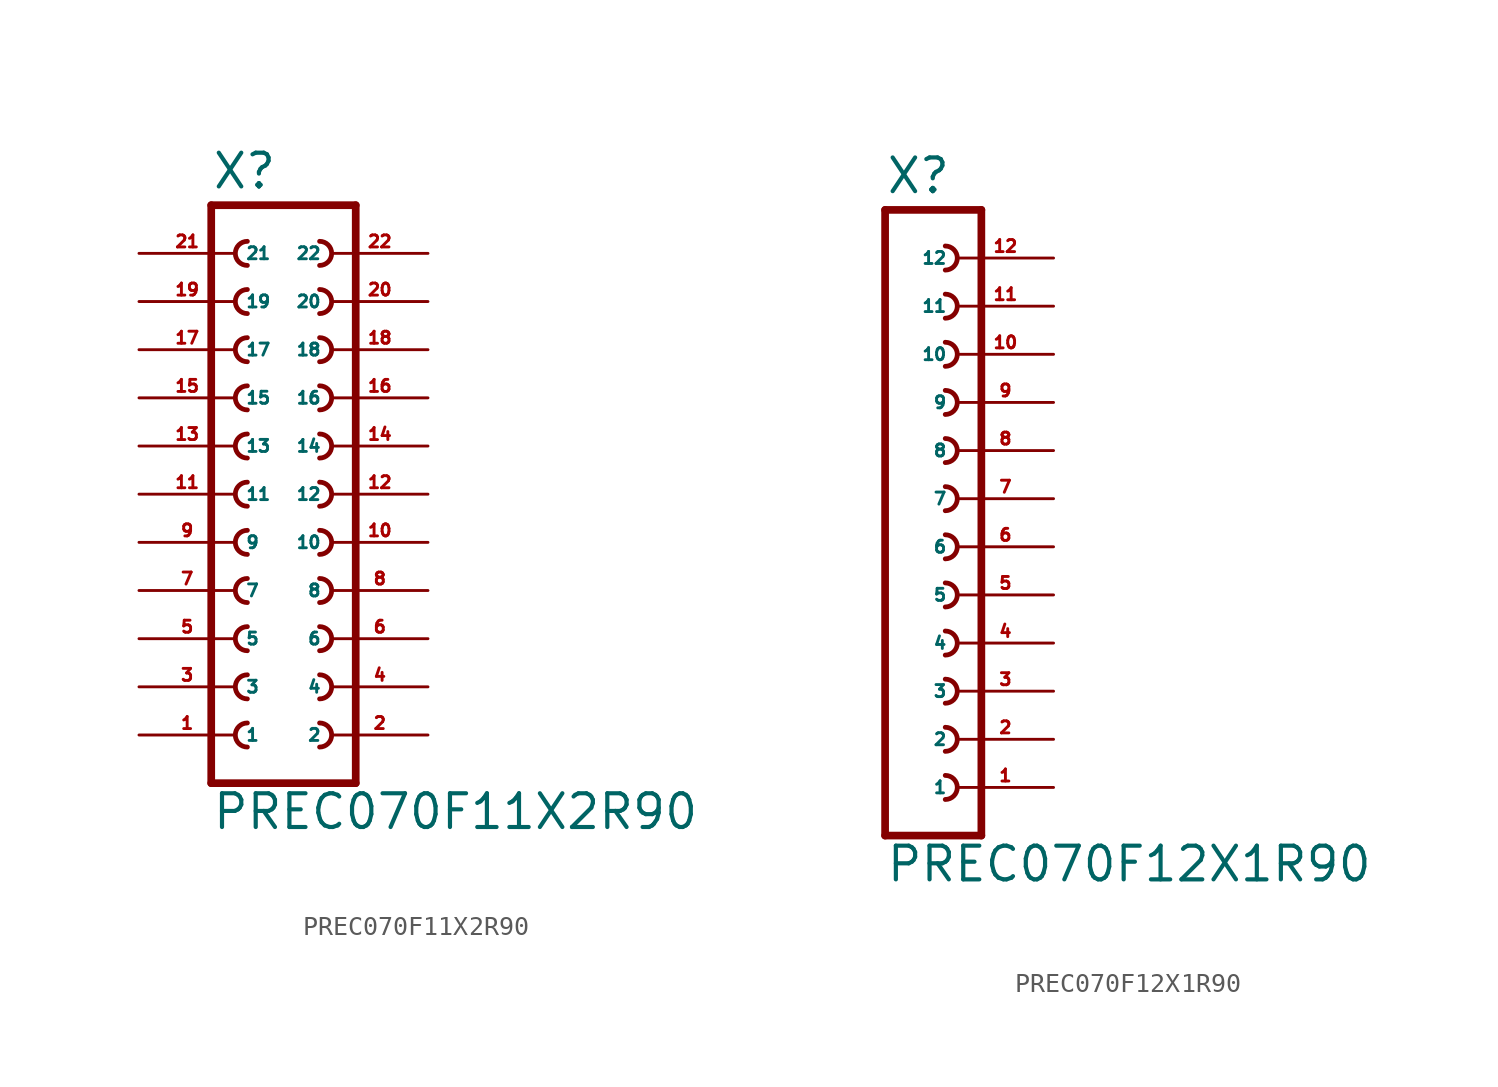
<source format=kicad_sym>
(kicad_symbol_lib
  (version 20220914)
  (generator Eagle2Kicad)
  (symbol "PREC070F11X2R90"
    (property "Reference" "X"
      (at -3.81 16.002 0)
      (effects (font (size 1.778 1.778) (thickness 0.22)) (justify left bottom)))
    (property "Value" "PREC070F11X2R90"
      (at -3.81 -17.78 0)
      (effects (font (size 1.778 1.778) (thickness 0.22)) (justify left bottom)))
    (polyline
      (pts (xy 3.81 -15.24) (xy -3.81 -15.24))
      (stroke (width 0.406) (type default))
      (fill (type none)))
    (arc
      (start -1.905 -9.525)
      (mid -2.540 -10.160)
      (end -1.905 -10.795)
      (stroke (width 0.254) (type default))
      (fill (type none)))
    (arc
      (start -1.905 -12.065)
      (mid -2.540 -12.700)
      (end -1.905 -13.335)
      (stroke (width 0.254) (type default))
      (fill (type none)))
    (arc
      (start 1.905 -10.795)
      (mid 2.540 -10.160)
      (end 1.905 -9.525)
      (stroke (width 0.254) (type default))
      (fill (type none)))
    (arc
      (start 1.905 -13.335)
      (mid 2.540 -12.700)
      (end 1.905 -12.065)
      (stroke (width 0.254) (type default))
      (fill (type none)))
    (arc
      (start -1.905 -4.445)
      (mid -2.540 -5.080)
      (end -1.905 -5.715)
      (stroke (width 0.254) (type default))
      (fill (type none)))
    (arc
      (start -1.905 -6.985)
      (mid -2.540 -7.620)
      (end -1.905 -8.255)
      (stroke (width 0.254) (type default))
      (fill (type none)))
    (arc
      (start 1.905 -5.715)
      (mid 2.540 -5.080)
      (end 1.905 -4.445)
      (stroke (width 0.254) (type default))
      (fill (type none)))
    (arc
      (start 1.905 -8.255)
      (mid 2.540 -7.620)
      (end 1.905 -6.985)
      (stroke (width 0.254) (type default))
      (fill (type none)))
    (arc
      (start -1.905 3.175)
      (mid -2.540 2.540)
      (end -1.905 1.905)
      (stroke (width 0.254) (type default))
      (fill (type none)))
    (arc
      (start -1.905 0.635)
      (mid -2.540 0.000)
      (end -1.905 -0.635)
      (stroke (width 0.254) (type default))
      (fill (type none)))
    (arc
      (start -1.905 -1.905)
      (mid -2.540 -2.540)
      (end -1.905 -3.175)
      (stroke (width 0.254) (type default))
      (fill (type none)))
    (arc
      (start 1.905 1.905)
      (mid 2.540 2.540)
      (end 1.905 3.175)
      (stroke (width 0.254) (type default))
      (fill (type none)))
    (arc
      (start 1.905 -0.635)
      (mid 2.540 0.000)
      (end 1.905 0.635)
      (stroke (width 0.254) (type default))
      (fill (type none)))
    (arc
      (start 1.905 -3.175)
      (mid 2.540 -2.540)
      (end 1.905 -1.905)
      (stroke (width 0.254) (type default))
      (fill (type none)))
    (arc
      (start -1.905 8.255)
      (mid -2.540 7.620)
      (end -1.905 6.985)
      (stroke (width 0.254) (type default))
      (fill (type none)))
    (arc
      (start -1.905 5.715)
      (mid -2.540 5.080)
      (end -1.905 4.445)
      (stroke (width 0.254) (type default))
      (fill (type none)))
    (arc
      (start 1.905 6.985)
      (mid 2.540 7.620)
      (end 1.905 8.255)
      (stroke (width 0.254) (type default))
      (fill (type none)))
    (arc
      (start 1.905 4.445)
      (mid 2.540 5.080)
      (end 1.905 5.715)
      (stroke (width 0.254) (type default))
      (fill (type none)))
    (arc
      (start -1.905 13.335)
      (mid -2.540 12.700)
      (end -1.905 12.065)
      (stroke (width 0.254) (type default))
      (fill (type none)))
    (arc
      (start -1.905 10.795)
      (mid -2.540 10.160)
      (end -1.905 9.525)
      (stroke (width 0.254) (type default))
      (fill (type none)))
    (arc
      (start 1.905 12.065)
      (mid 2.540 12.700)
      (end 1.905 13.335)
      (stroke (width 0.254) (type default))
      (fill (type none)))
    (arc
      (start 1.905 9.525)
      (mid 2.540 10.160)
      (end 1.905 10.795)
      (stroke (width 0.254) (type default))
      (fill (type none)))
    (polyline
      (pts (xy -3.81 15.24) (xy -3.81 -15.24))
      (stroke (width 0.406) (type default))
      (fill (type none)))
    (polyline
      (pts (xy 3.81 -15.24) (xy 3.81 15.24))
      (stroke (width 0.406) (type default))
      (fill (type none)))
    (polyline
      (pts (xy -3.81 15.24) (xy 3.81 15.24))
      (stroke (width 0.406) (type default))
      (fill (type none)))
    (pin passive line
      (at -7.62 -12.7 0)
      (length 5.08)
      (name "1" (effects (font (size 0.635 0.635) (thickness 0.08)) (justify left bottom)))
      (number "1" (effects (font (size 0.635 0.635) (thickness 0.08)) (justify left bottom))))
    (pin passive line
      (at 7.62 -12.7 180)
      (length 5.08)
      (name "2" (effects (font (size 0.635 0.635) (thickness 0.08)) (justify left bottom)))
      (number "2" (effects (font (size 0.635 0.635) (thickness 0.08)) (justify left bottom))))
    (pin passive line
      (at -7.62 -10.16 0)
      (length 5.08)
      (name "3" (effects (font (size 0.635 0.635) (thickness 0.08)) (justify left bottom)))
      (number "3" (effects (font (size 0.635 0.635) (thickness 0.08)) (justify left bottom))))
    (pin passive line
      (at 7.62 -10.16 180)
      (length 5.08)
      (name "4" (effects (font (size 0.635 0.635) (thickness 0.08)) (justify left bottom)))
      (number "4" (effects (font (size 0.635 0.635) (thickness 0.08)) (justify left bottom))))
    (pin passive line
      (at -7.62 -7.62 0)
      (length 5.08)
      (name "5" (effects (font (size 0.635 0.635) (thickness 0.08)) (justify left bottom)))
      (number "5" (effects (font (size 0.635 0.635) (thickness 0.08)) (justify left bottom))))
    (pin passive line
      (at 7.62 -7.62 180)
      (length 5.08)
      (name "6" (effects (font (size 0.635 0.635) (thickness 0.08)) (justify left bottom)))
      (number "6" (effects (font (size 0.635 0.635) (thickness 0.08)) (justify left bottom))))
    (pin passive line
      (at -7.62 -5.08 0)
      (length 5.08)
      (name "7" (effects (font (size 0.635 0.635) (thickness 0.08)) (justify left bottom)))
      (number "7" (effects (font (size 0.635 0.635) (thickness 0.08)) (justify left bottom))))
    (pin passive line
      (at 7.62 -5.08 180)
      (length 5.08)
      (name "8" (effects (font (size 0.635 0.635) (thickness 0.08)) (justify left bottom)))
      (number "8" (effects (font (size 0.635 0.635) (thickness 0.08)) (justify left bottom))))
    (pin passive line
      (at -7.62 -2.54 0)
      (length 5.08)
      (name "9" (effects (font (size 0.635 0.635) (thickness 0.08)) (justify left bottom)))
      (number "9" (effects (font (size 0.635 0.635) (thickness 0.08)) (justify left bottom))))
    (pin passive line
      (at 7.62 -2.54 180)
      (length 5.08)
      (name "10" (effects (font (size 0.635 0.635) (thickness 0.08)) (justify left bottom)))
      (number "10" (effects (font (size 0.635 0.635) (thickness 0.08)) (justify left bottom))))
    (pin passive line
      (at -7.62 0 0)
      (length 5.08)
      (name "11" (effects (font (size 0.635 0.635) (thickness 0.08)) (justify left bottom)))
      (number "11" (effects (font (size 0.635 0.635) (thickness 0.08)) (justify left bottom))))
    (pin passive line
      (at 7.62 0 180)
      (length 5.08)
      (name "12" (effects (font (size 0.635 0.635) (thickness 0.08)) (justify left bottom)))
      (number "12" (effects (font (size 0.635 0.635) (thickness 0.08)) (justify left bottom))))
    (pin passive line
      (at -7.62 2.54 0)
      (length 5.08)
      (name "13" (effects (font (size 0.635 0.635) (thickness 0.08)) (justify left bottom)))
      (number "13" (effects (font (size 0.635 0.635) (thickness 0.08)) (justify left bottom))))
    (pin passive line
      (at 7.62 2.54 180)
      (length 5.08)
      (name "14" (effects (font (size 0.635 0.635) (thickness 0.08)) (justify left bottom)))
      (number "14" (effects (font (size 0.635 0.635) (thickness 0.08)) (justify left bottom))))
    (pin passive line
      (at -7.62 5.08 0)
      (length 5.08)
      (name "15" (effects (font (size 0.635 0.635) (thickness 0.08)) (justify left bottom)))
      (number "15" (effects (font (size 0.635 0.635) (thickness 0.08)) (justify left bottom))))
    (pin passive line
      (at 7.62 5.08 180)
      (length 5.08)
      (name "16" (effects (font (size 0.635 0.635) (thickness 0.08)) (justify left bottom)))
      (number "16" (effects (font (size 0.635 0.635) (thickness 0.08)) (justify left bottom))))
    (pin passive line
      (at -7.62 7.62 0)
      (length 5.08)
      (name "17" (effects (font (size 0.635 0.635) (thickness 0.08)) (justify left bottom)))
      (number "17" (effects (font (size 0.635 0.635) (thickness 0.08)) (justify left bottom))))
    (pin passive line
      (at 7.62 7.62 180)
      (length 5.08)
      (name "18" (effects (font (size 0.635 0.635) (thickness 0.08)) (justify left bottom)))
      (number "18" (effects (font (size 0.635 0.635) (thickness 0.08)) (justify left bottom))))
    (pin passive line
      (at -7.62 10.16 0)
      (length 5.08)
      (name "19" (effects (font (size 0.635 0.635) (thickness 0.08)) (justify left bottom)))
      (number "19" (effects (font (size 0.635 0.635) (thickness 0.08)) (justify left bottom))))
    (pin passive line
      (at 7.62 10.16 180)
      (length 5.08)
      (name "20" (effects (font (size 0.635 0.635) (thickness 0.08)) (justify left bottom)))
      (number "20" (effects (font (size 0.635 0.635) (thickness 0.08)) (justify left bottom))))
    (pin passive line
      (at -7.62 12.7 0)
      (length 5.08)
      (name "21" (effects (font (size 0.635 0.635) (thickness 0.08)) (justify left bottom)))
      (number "21" (effects (font (size 0.635 0.635) (thickness 0.08)) (justify left bottom))))
    (pin passive line
      (at 7.62 12.7 180)
      (length 5.08)
      (name "22" (effects (font (size 0.635 0.635) (thickness 0.08)) (justify left bottom)))
      (number "22" (effects (font (size 0.635 0.635) (thickness 0.08)) (justify left bottom)))))
  (symbol "PREC070F12X1R90"
    (property "Reference" "X"
      (at -1.27 18.542 0)
      (effects (font (size 1.778 1.778) (thickness 0.22)) (justify left bottom)))
    (property "Value" "PREC070F12X1R90"
      (at -1.27 -17.78 0)
      (effects (font (size 1.778 1.778) (thickness 0.22)) (justify left bottom)))
    (polyline
      (pts (xy 3.81 -15.24) (xy -1.27 -15.24))
      (stroke (width 0.406) (type default))
      (fill (type none)))
    (arc
      (start 1.905 -8.255)
      (mid 2.540 -7.620)
      (end 1.905 -6.985)
      (stroke (width 0.254) (type default))
      (fill (type none)))
    (arc
      (start 1.905 -10.795)
      (mid 2.540 -10.160)
      (end 1.905 -9.525)
      (stroke (width 0.254) (type default))
      (fill (type none)))
    (arc
      (start 1.905 -13.335)
      (mid 2.540 -12.700)
      (end 1.905 -12.065)
      (stroke (width 0.254) (type default))
      (fill (type none)))
    (arc
      (start 1.905 -3.175)
      (mid 2.540 -2.540)
      (end 1.905 -1.905)
      (stroke (width 0.254) (type default))
      (fill (type none)))
    (arc
      (start 1.905 -5.715)
      (mid 2.540 -5.080)
      (end 1.905 -4.445)
      (stroke (width 0.254) (type default))
      (fill (type none)))
    (arc
      (start 1.905 4.445)
      (mid 2.540 5.080)
      (end 1.905 5.715)
      (stroke (width 0.254) (type default))
      (fill (type none)))
    (arc
      (start 1.905 1.905)
      (mid 2.540 2.540)
      (end 1.905 3.175)
      (stroke (width 0.254) (type default))
      (fill (type none)))
    (arc
      (start 1.905 -0.635)
      (mid 2.540 0.000)
      (end 1.905 0.635)
      (stroke (width 0.254) (type default))
      (fill (type none)))
    (arc
      (start 1.905 9.525)
      (mid 2.540 10.160)
      (end 1.905 10.795)
      (stroke (width 0.254) (type default))
      (fill (type none)))
    (arc
      (start 1.905 6.985)
      (mid 2.540 7.620)
      (end 1.905 8.255)
      (stroke (width 0.254) (type default))
      (fill (type none)))
    (arc
      (start 1.905 14.605)
      (mid 2.540 15.240)
      (end 1.905 15.875)
      (stroke (width 0.254) (type default))
      (fill (type none)))
    (arc
      (start 1.905 12.065)
      (mid 2.540 12.700)
      (end 1.905 13.335)
      (stroke (width 0.254) (type default))
      (fill (type none)))
    (polyline
      (pts (xy -1.27 17.78) (xy -1.27 -15.24))
      (stroke (width 0.406) (type default))
      (fill (type none)))
    (polyline
      (pts (xy 3.81 -15.24) (xy 3.81 17.78))
      (stroke (width 0.406) (type default))
      (fill (type none)))
    (polyline
      (pts (xy -1.27 17.78) (xy 3.81 17.78))
      (stroke (width 0.406) (type default))
      (fill (type none)))
    (pin passive line
      (at 7.62 -12.7 180)
      (length 5.08)
      (name "1" (effects (font (size 0.635 0.635) (thickness 0.08)) (justify left bottom)))
      (number "1" (effects (font (size 0.635 0.635) (thickness 0.08)) (justify left bottom))))
    (pin passive line
      (at 7.62 -10.16 180)
      (length 5.08)
      (name "2" (effects (font (size 0.635 0.635) (thickness 0.08)) (justify left bottom)))
      (number "2" (effects (font (size 0.635 0.635) (thickness 0.08)) (justify left bottom))))
    (pin passive line
      (at 7.62 -7.62 180)
      (length 5.08)
      (name "3" (effects (font (size 0.635 0.635) (thickness 0.08)) (justify left bottom)))
      (number "3" (effects (font (size 0.635 0.635) (thickness 0.08)) (justify left bottom))))
    (pin passive line
      (at 7.62 -5.08 180)
      (length 5.08)
      (name "4" (effects (font (size 0.635 0.635) (thickness 0.08)) (justify left bottom)))
      (number "4" (effects (font (size 0.635 0.635) (thickness 0.08)) (justify left bottom))))
    (pin passive line
      (at 7.62 -2.54 180)
      (length 5.08)
      (name "5" (effects (font (size 0.635 0.635) (thickness 0.08)) (justify left bottom)))
      (number "5" (effects (font (size 0.635 0.635) (thickness 0.08)) (justify left bottom))))
    (pin passive line
      (at 7.62 0 180)
      (length 5.08)
      (name "6" (effects (font (size 0.635 0.635) (thickness 0.08)) (justify left bottom)))
      (number "6" (effects (font (size 0.635 0.635) (thickness 0.08)) (justify left bottom))))
    (pin passive line
      (at 7.62 2.54 180)
      (length 5.08)
      (name "7" (effects (font (size 0.635 0.635) (thickness 0.08)) (justify left bottom)))
      (number "7" (effects (font (size 0.635 0.635) (thickness 0.08)) (justify left bottom))))
    (pin passive line
      (at 7.62 5.08 180)
      (length 5.08)
      (name "8" (effects (font (size 0.635 0.635) (thickness 0.08)) (justify left bottom)))
      (number "8" (effects (font (size 0.635 0.635) (thickness 0.08)) (justify left bottom))))
    (pin passive line
      (at 7.62 7.62 180)
      (length 5.08)
      (name "9" (effects (font (size 0.635 0.635) (thickness 0.08)) (justify left bottom)))
      (number "9" (effects (font (size 0.635 0.635) (thickness 0.08)) (justify left bottom))))
    (pin passive line
      (at 7.62 10.16 180)
      (length 5.08)
      (name "10" (effects (font (size 0.635 0.635) (thickness 0.08)) (justify left bottom)))
      (number "10" (effects (font (size 0.635 0.635) (thickness 0.08)) (justify left bottom))))
    (pin passive line
      (at 7.62 12.7 180)
      (length 5.08)
      (name "11" (effects (font (size 0.635 0.635) (thickness 0.08)) (justify left bottom)))
      (number "11" (effects (font (size 0.635 0.635) (thickness 0.08)) (justify left bottom))))
    (pin passive line
      (at 7.62 15.24 180)
      (length 5.08)
      (name "12" (effects (font (size 0.635 0.635) (thickness 0.08)) (justify left bottom)))
      (number "12" (effects (font (size 0.635 0.635) (thickness 0.08)) (justify left bottom))))))
</source>
